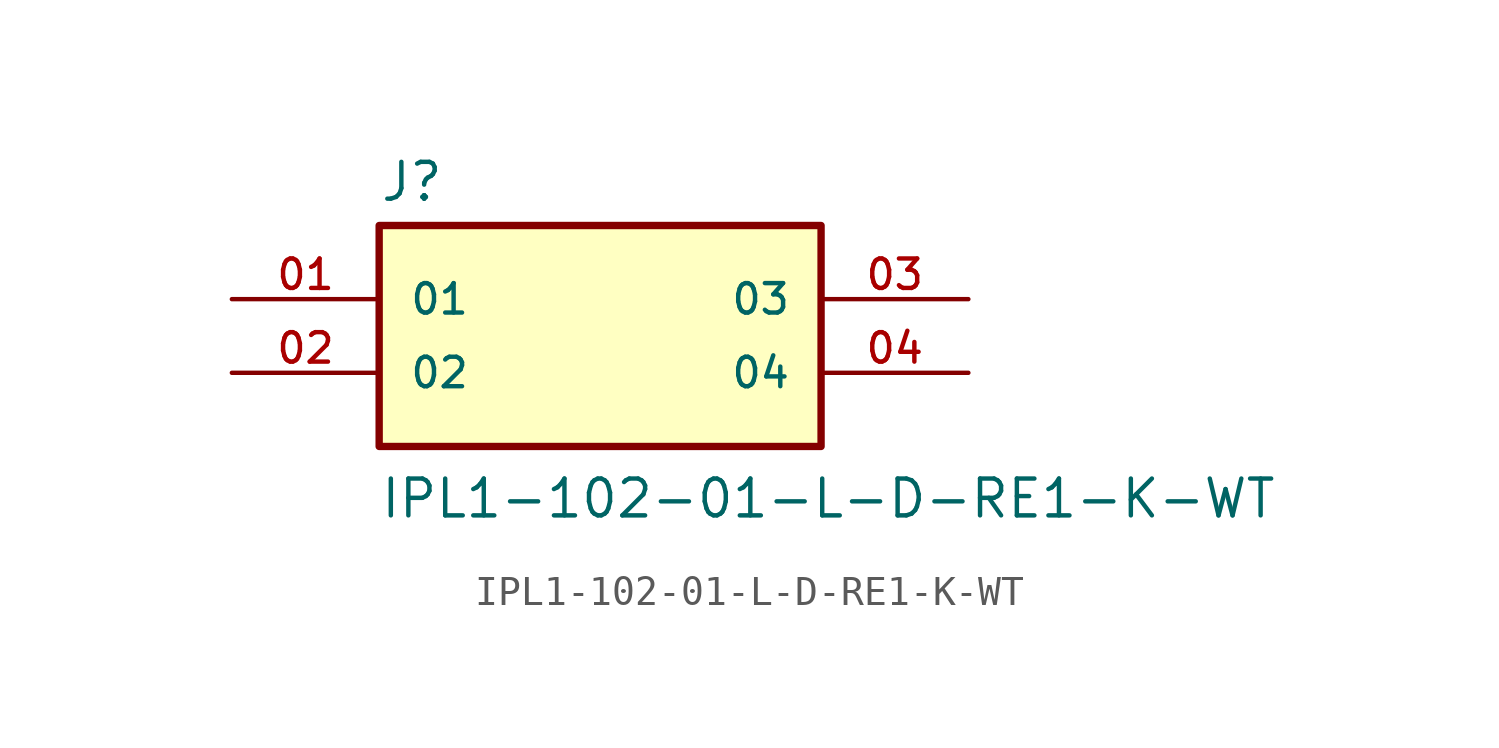
<source format=kicad_sym>
(kicad_symbol_lib
  (version 20211014)
  (generator kicad_symbol_editor)
  (symbol "IPL1-102-01-L-D-RE1-K-WT"
    (pin_names
      (offset 1.016))
    (property "Reference" "J"
      (at -7.62 3.302 0)
      (effects (font (size 1.27 1.27)) (justify bottom left)))
    (property "Value" "IPL1-102-01-L-D-RE1-K-WT"
      (at -7.62 -7.62 0)
      (effects (font (size 1.27 1.27)) (justify bottom left)))
    (symbol "IPL1-102-01-L-D-RE1-K-WT_0_0"
      (rectangle (start -7.62 -5.08) (end 7.62 2.54) (stroke (width 0.254)) (fill (type background)))
      (pin passive line (at -12.7 0.0 0) (length 5.08) (name "01" (effects (font (size 1.016 1.016)))) (number "01" (effects (font (size 1.016 1.016)))))
      (pin passive line (at -12.7 -2.54 0) (length 5.08) (name "02" (effects (font (size 1.016 1.016)))) (number "02" (effects (font (size 1.016 1.016)))))
      (pin passive line (at 12.7 0.0 180.0) (length 5.08) (name "03" (effects (font (size 1.016 1.016)))) (number "03" (effects (font (size 1.016 1.016)))))
      (pin passive line (at 12.7 -2.54 180.0) (length 5.08) (name "04" (effects (font (size 1.016 1.016)))) (number "04" (effects (font (size 1.016 1.016))))))))
</source>
